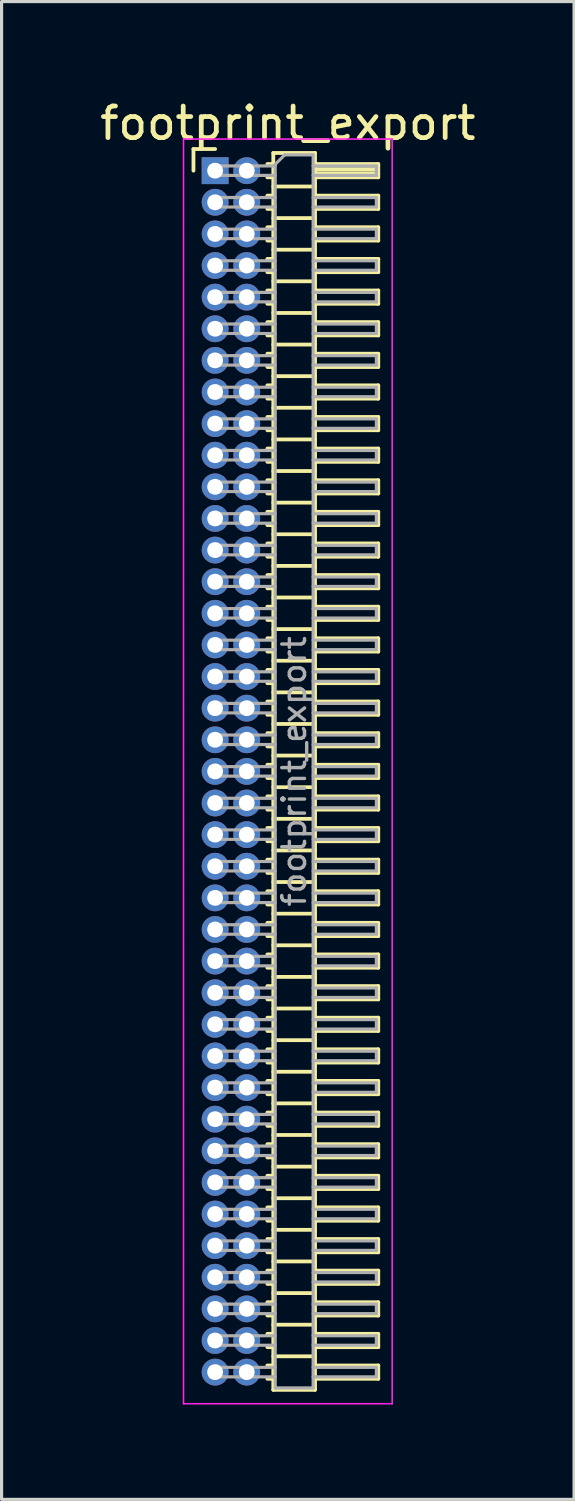
<source format=kicad_pcb>
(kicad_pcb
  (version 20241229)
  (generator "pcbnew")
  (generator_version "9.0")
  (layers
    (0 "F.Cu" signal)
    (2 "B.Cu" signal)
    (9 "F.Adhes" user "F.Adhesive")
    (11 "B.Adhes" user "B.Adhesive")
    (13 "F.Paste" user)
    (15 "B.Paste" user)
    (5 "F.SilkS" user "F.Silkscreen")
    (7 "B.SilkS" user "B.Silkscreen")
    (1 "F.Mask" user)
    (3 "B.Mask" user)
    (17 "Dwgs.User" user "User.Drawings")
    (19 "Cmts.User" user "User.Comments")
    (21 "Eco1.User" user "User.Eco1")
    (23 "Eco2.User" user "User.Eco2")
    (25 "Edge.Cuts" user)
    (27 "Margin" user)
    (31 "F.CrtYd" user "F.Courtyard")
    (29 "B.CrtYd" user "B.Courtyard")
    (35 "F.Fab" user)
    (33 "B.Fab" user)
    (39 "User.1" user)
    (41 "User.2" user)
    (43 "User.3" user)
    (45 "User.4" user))
  (footprint "footprint_export"
    (layer "F.Cu")
    (at 3.754 2.348)
    (property "Reference" "footprint_export" (at 2.3 -1.5 0) (layer "F.SilkS") (effects (font (size 1 1) (thickness 0.15))))
    (attr through_hole)
    (fp_line (start -0.685 -0.685) (end 0 -0.685) (stroke (width 0.12) (type solid)) (layer "F.SilkS"))
    (fp_line (start -0.685 0) (end -0.685 -0.685) (stroke (width 0.12) (type solid)) (layer "F.SilkS"))
    (fp_line (start 1.652 -0.21) (end 1.84 -0.21) (stroke (width 0.12) (type solid)) (layer "F.SilkS"))
    (fp_line (start 1.652 0.21) (end 1.84 0.21) (stroke (width 0.12) (type solid)) (layer "F.SilkS"))
    (fp_line (start 1.652 0.79) (end 1.84 0.79) (stroke (width 0.12) (type solid)) (layer "F.SilkS"))
    (fp_line (start 1.652 1.21) (end 1.84 1.21) (stroke (width 0.12) (type solid)) (layer "F.SilkS"))
    (fp_line (start 1.652 1.79) (end 1.84 1.79) (stroke (width 0.12) (type solid)) (layer "F.SilkS"))
    (fp_line (start 1.652 2.21) (end 1.84 2.21) (stroke (width 0.12) (type solid)) (layer "F.SilkS"))
    (fp_line (start 1.652 2.79) (end 1.84 2.79) (stroke (width 0.12) (type solid)) (layer "F.SilkS"))
    (fp_line (start 1.652 3.21) (end 1.84 3.21) (stroke (width 0.12) (type solid)) (layer "F.SilkS"))
    (fp_line (start 1.652 3.79) (end 1.84 3.79) (stroke (width 0.12) (type solid)) (layer "F.SilkS"))
    (fp_line (start 1.652 4.21) (end 1.84 4.21) (stroke (width 0.12) (type solid)) (layer "F.SilkS"))
    (fp_line (start 1.652 4.79) (end 1.84 4.79) (stroke (width 0.12) (type solid)) (layer "F.SilkS"))
    (fp_line (start 1.652 5.21) (end 1.84 5.21) (stroke (width 0.12) (type solid)) (layer "F.SilkS"))
    (fp_line (start 1.652 5.79) (end 1.84 5.79) (stroke (width 0.12) (type solid)) (layer "F.SilkS"))
    (fp_line (start 1.652 6.21) (end 1.84 6.21) (stroke (width 0.12) (type solid)) (layer "F.SilkS"))
    (fp_line (start 1.652 6.79) (end 1.84 6.79) (stroke (width 0.12) (type solid)) (layer "F.SilkS"))
    (fp_line (start 1.652 7.21) (end 1.84 7.21) (stroke (width 0.12) (type solid)) (layer "F.SilkS"))
    (fp_line (start 1.652 7.79) (end 1.84 7.79) (stroke (width 0.12) (type solid)) (layer "F.SilkS"))
    (fp_line (start 1.652 8.21) (end 1.84 8.21) (stroke (width 0.12) (type solid)) (layer "F.SilkS"))
    (fp_line (start 1.652 8.79) (end 1.84 8.79) (stroke (width 0.12) (type solid)) (layer "F.SilkS"))
    (fp_line (start 1.652 9.21) (end 1.84 9.21) (stroke (width 0.12) (type solid)) (layer "F.SilkS"))
    (fp_line (start 1.652 9.79) (end 1.84 9.79) (stroke (width 0.12) (type solid)) (layer "F.SilkS"))
    (fp_line (start 1.652 10.21) (end 1.84 10.21) (stroke (width 0.12) (type solid)) (layer "F.SilkS"))
    (fp_line (start 1.652 10.79) (end 1.84 10.79) (stroke (width 0.12) (type solid)) (layer "F.SilkS"))
    (fp_line (start 1.652 11.21) (end 1.84 11.21) (stroke (width 0.12) (type solid)) (layer "F.SilkS"))
    (fp_line (start 1.652 11.79) (end 1.84 11.79) (stroke (width 0.12) (type solid)) (layer "F.SilkS"))
    (fp_line (start 1.652 12.21) (end 1.84 12.21) (stroke (width 0.12) (type solid)) (layer "F.SilkS"))
    (fp_line (start 1.652 12.79) (end 1.84 12.79) (stroke (width 0.12) (type solid)) (layer "F.SilkS"))
    (fp_line (start 1.652 13.21) (end 1.84 13.21) (stroke (width 0.12) (type solid)) (layer "F.SilkS"))
    (fp_line (start 1.652 13.79) (end 1.84 13.79) (stroke (width 0.12) (type solid)) (layer "F.SilkS"))
    (fp_line (start 1.652 14.21) (end 1.84 14.21) (stroke (width 0.12) (type solid)) (layer "F.SilkS"))
    (fp_line (start 1.652 14.79) (end 1.84 14.79) (stroke (width 0.12) (type solid)) (layer "F.SilkS"))
    (fp_line (start 1.652 15.21) (end 1.84 15.21) (stroke (width 0.12) (type solid)) (layer "F.SilkS"))
    (fp_line (start 1.652 15.79) (end 1.84 15.79) (stroke (width 0.12) (type solid)) (layer "F.SilkS"))
    (fp_line (start 1.652 16.21) (end 1.84 16.21) (stroke (width 0.12) (type solid)) (layer "F.SilkS"))
    (fp_line (start 1.652 16.79) (end 1.84 16.79) (stroke (width 0.12) (type solid)) (layer "F.SilkS"))
    (fp_line (start 1.652 17.21) (end 1.84 17.21) (stroke (width 0.12) (type solid)) (layer "F.SilkS"))
    (fp_line (start 1.652 17.79) (end 1.84 17.79) (stroke (width 0.12) (type solid)) (layer "F.SilkS"))
    (fp_line (start 1.652 18.21) (end 1.84 18.21) (stroke (width 0.12) (type solid)) (layer "F.SilkS"))
    (fp_line (start 1.652 18.79) (end 1.84 18.79) (stroke (width 0.12) (type solid)) (layer "F.SilkS"))
    (fp_line (start 1.652 19.21) (end 1.84 19.21) (stroke (width 0.12) (type solid)) (layer "F.SilkS"))
    (fp_line (start 1.652 19.79) (end 1.84 19.79) (stroke (width 0.12) (type solid)) (layer "F.SilkS"))
    (fp_line (start 1.652 20.21) (end 1.84 20.21) (stroke (width 0.12) (type solid)) (layer "F.SilkS"))
    (fp_line (start 1.652 20.79) (end 1.84 20.79) (stroke (width 0.12) (type solid)) (layer "F.SilkS"))
    (fp_line (start 1.652 21.21) (end 1.84 21.21) (stroke (width 0.12) (type solid)) (layer "F.SilkS"))
    (fp_line (start 1.652 21.79) (end 1.84 21.79) (stroke (width 0.12) (type solid)) (layer "F.SilkS"))
    (fp_line (start 1.652 22.21) (end 1.84 22.21) (stroke (width 0.12) (type solid)) (layer "F.SilkS"))
    (fp_line (start 1.652 22.79) (end 1.84 22.79) (stroke (width 0.12) (type solid)) (layer "F.SilkS"))
    (fp_line (start 1.652 23.21) (end 1.84 23.21) (stroke (width 0.12) (type solid)) (layer "F.SilkS"))
    (fp_line (start 1.652 23.79) (end 1.84 23.79) (stroke (width 0.12) (type solid)) (layer "F.SilkS"))
    (fp_line (start 1.652 24.21) (end 1.84 24.21) (stroke (width 0.12) (type solid)) (layer "F.SilkS"))
    (fp_line (start 1.652 24.79) (end 1.84 24.79) (stroke (width 0.12) (type solid)) (layer "F.SilkS"))
    (fp_line (start 1.652 25.21) (end 1.84 25.21) (stroke (width 0.12) (type solid)) (layer "F.SilkS"))
    (fp_line (start 1.652 25.79) (end 1.84 25.79) (stroke (width 0.12) (type solid)) (layer "F.SilkS"))
    (fp_line (start 1.652 26.21) (end 1.84 26.21) (stroke (width 0.12) (type solid)) (layer "F.SilkS"))
    (fp_line (start 1.652 26.79) (end 1.84 26.79) (stroke (width 0.12) (type solid)) (layer "F.SilkS"))
    (fp_line (start 1.652 27.21) (end 1.84 27.21) (stroke (width 0.12) (type solid)) (layer "F.SilkS"))
    (fp_line (start 1.652 27.79) (end 1.84 27.79) (stroke (width 0.12) (type solid)) (layer "F.SilkS"))
    (fp_line (start 1.652 28.21) (end 1.84 28.21) (stroke (width 0.12) (type solid)) (layer "F.SilkS"))
    (fp_line (start 1.652 28.79) (end 1.84 28.79) (stroke (width 0.12) (type solid)) (layer "F.SilkS"))
    (fp_line (start 1.652 29.21) (end 1.84 29.21) (stroke (width 0.12) (type solid)) (layer "F.SilkS"))
    (fp_line (start 1.652 29.79) (end 1.84 29.79) (stroke (width 0.12) (type solid)) (layer "F.SilkS"))
    (fp_line (start 1.652 30.21) (end 1.84 30.21) (stroke (width 0.12) (type solid)) (layer "F.SilkS"))
    (fp_line (start 1.652 30.79) (end 1.84 30.79) (stroke (width 0.12) (type solid)) (layer "F.SilkS"))
    (fp_line (start 1.652 31.21) (end 1.84 31.21) (stroke (width 0.12) (type solid)) (layer "F.SilkS"))
    (fp_line (start 1.652 31.79) (end 1.84 31.79) (stroke (width 0.12) (type solid)) (layer "F.SilkS"))
    (fp_line (start 1.652 32.21) (end 1.84 32.21) (stroke (width 0.12) (type solid)) (layer "F.SilkS"))
    (fp_line (start 1.652 32.79) (end 1.84 32.79) (stroke (width 0.12) (type solid)) (layer "F.SilkS"))
    (fp_line (start 1.652 33.21) (end 1.84 33.21) (stroke (width 0.12) (type solid)) (layer "F.SilkS"))
    (fp_line (start 1.652 33.79) (end 1.84 33.79) (stroke (width 0.12) (type solid)) (layer "F.SilkS"))
    (fp_line (start 1.652 34.21) (end 1.84 34.21) (stroke (width 0.12) (type solid)) (layer "F.SilkS"))
    (fp_line (start 1.652 34.79) (end 1.84 34.79) (stroke (width 0.12) (type solid)) (layer "F.SilkS"))
    (fp_line (start 1.652 35.21) (end 1.84 35.21) (stroke (width 0.12) (type solid)) (layer "F.SilkS"))
    (fp_line (start 1.652 35.79) (end 1.84 35.79) (stroke (width 0.12) (type solid)) (layer "F.SilkS"))
    (fp_line (start 1.652 36.21) (end 1.84 36.21) (stroke (width 0.12) (type solid)) (layer "F.SilkS"))
    (fp_line (start 1.652 36.79) (end 1.84 36.79) (stroke (width 0.12) (type solid)) (layer "F.SilkS"))
    (fp_line (start 1.652 37.21) (end 1.84 37.21) (stroke (width 0.12) (type solid)) (layer "F.SilkS"))
    (fp_line (start 1.652 37.79) (end 1.84 37.79) (stroke (width 0.12) (type solid)) (layer "F.SilkS"))
    (fp_line (start 1.652 38.21) (end 1.84 38.21) (stroke (width 0.12) (type solid)) (layer "F.SilkS"))
    (fp_line (start 1.84 -0.56) (end 1.84 38.56) (stroke (width 0.12) (type solid)) (layer "F.SilkS"))
    (fp_line (start 1.84 0.5) (end 3.16 0.5) (stroke (width 0.12) (type solid)) (layer "F.SilkS"))
    (fp_line (start 1.84 1.5) (end 3.16 1.5) (stroke (width 0.12) (type solid)) (layer "F.SilkS"))
    (fp_line (start 1.84 2.5) (end 3.16 2.5) (stroke (width 0.12) (type solid)) (layer "F.SilkS"))
    (fp_line (start 1.84 3.5) (end 3.16 3.5) (stroke (width 0.12) (type solid)) (layer "F.SilkS"))
    (fp_line (start 1.84 4.5) (end 3.16 4.5) (stroke (width 0.12) (type solid)) (layer "F.SilkS"))
    (fp_line (start 1.84 5.5) (end 3.16 5.5) (stroke (width 0.12) (type solid)) (layer "F.SilkS"))
    (fp_line (start 1.84 6.5) (end 3.16 6.5) (stroke (width 0.12) (type solid)) (layer "F.SilkS"))
    (fp_line (start 1.84 7.5) (end 3.16 7.5) (stroke (width 0.12) (type solid)) (layer "F.SilkS"))
    (fp_line (start 1.84 8.5) (end 3.16 8.5) (stroke (width 0.12) (type solid)) (layer "F.SilkS"))
    (fp_line (start 1.84 9.5) (end 3.16 9.5) (stroke (width 0.12) (type solid)) (layer "F.SilkS"))
    (fp_line (start 1.84 10.5) (end 3.16 10.5) (stroke (width 0.12) (type solid)) (layer "F.SilkS"))
    (fp_line (start 1.84 11.5) (end 3.16 11.5) (stroke (width 0.12) (type solid)) (layer "F.SilkS"))
    (fp_line (start 1.84 12.5) (end 3.16 12.5) (stroke (width 0.12) (type solid)) (layer "F.SilkS"))
    (fp_line (start 1.84 13.5) (end 3.16 13.5) (stroke (width 0.12) (type solid)) (layer "F.SilkS"))
    (fp_line (start 1.84 14.5) (end 3.16 14.5) (stroke (width 0.12) (type solid)) (layer "F.SilkS"))
    (fp_line (start 1.84 15.5) (end 3.16 15.5) (stroke (width 0.12) (type solid)) (layer "F.SilkS"))
    (fp_line (start 1.84 16.5) (end 3.16 16.5) (stroke (width 0.12) (type solid)) (layer "F.SilkS"))
    (fp_line (start 1.84 17.5) (end 3.16 17.5) (stroke (width 0.12) (type solid)) (layer "F.SilkS"))
    (fp_line (start 1.84 18.5) (end 3.16 18.5) (stroke (width 0.12) (type solid)) (layer "F.SilkS"))
    (fp_line (start 1.84 19.5) (end 3.16 19.5) (stroke (width 0.12) (type solid)) (layer "F.SilkS"))
    (fp_line (start 1.84 20.5) (end 3.16 20.5) (stroke (width 0.12) (type solid)) (layer "F.SilkS"))
    (fp_line (start 1.84 21.5) (end 3.16 21.5) (stroke (width 0.12) (type solid)) (layer "F.SilkS"))
    (fp_line (start 1.84 22.5) (end 3.16 22.5) (stroke (width 0.12) (type solid)) (layer "F.SilkS"))
    (fp_line (start 1.84 23.5) (end 3.16 23.5) (stroke (width 0.12) (type solid)) (layer "F.SilkS"))
    (fp_line (start 1.84 24.5) (end 3.16 24.5) (stroke (width 0.12) (type solid)) (layer "F.SilkS"))
    (fp_line (start 1.84 25.5) (end 3.16 25.5) (stroke (width 0.12) (type solid)) (layer "F.SilkS"))
    (fp_line (start 1.84 26.5) (end 3.16 26.5) (stroke (width 0.12) (type solid)) (layer "F.SilkS"))
    (fp_line (start 1.84 27.5) (end 3.16 27.5) (stroke (width 0.12) (type solid)) (layer "F.SilkS"))
    (fp_line (start 1.84 28.5) (end 3.16 28.5) (stroke (width 0.12) (type solid)) (layer "F.SilkS"))
    (fp_line (start 1.84 29.5) (end 3.16 29.5) (stroke (width 0.12) (type solid)) (layer "F.SilkS"))
    (fp_line (start 1.84 30.5) (end 3.16 30.5) (stroke (width 0.12) (type solid)) (layer "F.SilkS"))
    (fp_line (start 1.84 31.5) (end 3.16 31.5) (stroke (width 0.12) (type solid)) (layer "F.SilkS"))
    (fp_line (start 1.84 32.5) (end 3.16 32.5) (stroke (width 0.12) (type solid)) (layer "F.SilkS"))
    (fp_line (start 1.84 33.5) (end 3.16 33.5) (stroke (width 0.12) (type solid)) (layer "F.SilkS"))
    (fp_line (start 1.84 34.5) (end 3.16 34.5) (stroke (width 0.12) (type solid)) (layer "F.SilkS"))
    (fp_line (start 1.84 35.5) (end 3.16 35.5) (stroke (width 0.12) (type solid)) (layer "F.SilkS"))
    (fp_line (start 1.84 36.5) (end 3.16 36.5) (stroke (width 0.12) (type solid)) (layer "F.SilkS"))
    (fp_line (start 1.84 37.5) (end 3.16 37.5) (stroke (width 0.12) (type solid)) (layer "F.SilkS"))
    (fp_line (start 1.84 38.56) (end 3.16 38.56) (stroke (width 0.12) (type solid)) (layer "F.SilkS"))
    (fp_line (start 3.16 -0.56) (end 1.84 -0.56) (stroke (width 0.12) (type solid)) (layer "F.SilkS"))
    (fp_line (start 3.16 -0.21) (end 5.16 -0.21) (stroke (width 0.12) (type solid)) (layer "F.SilkS"))
    (fp_line (start 3.16 -0.15) (end 5.16 -0.15) (stroke (width 0.12) (type solid)) (layer "F.SilkS"))
    (fp_line (start 3.16 -0.03) (end 5.16 -0.03) (stroke (width 0.12) (type solid)) (layer "F.SilkS"))
    (fp_line (start 3.16 0.09) (end 5.16 0.09) (stroke (width 0.12) (type solid)) (layer "F.SilkS"))
    (fp_line (start 3.16 0.79) (end 5.16 0.79) (stroke (width 0.12) (type solid)) (layer "F.SilkS"))
    (fp_line (start 3.16 1.79) (end 5.16 1.79) (stroke (width 0.12) (type solid)) (layer "F.SilkS"))
    (fp_line (start 3.16 2.79) (end 5.16 2.79) (stroke (width 0.12) (type solid)) (layer "F.SilkS"))
    (fp_line (start 3.16 3.79) (end 5.16 3.79) (stroke (width 0.12) (type solid)) (layer "F.SilkS"))
    (fp_line (start 3.16 4.79) (end 5.16 4.79) (stroke (width 0.12) (type solid)) (layer "F.SilkS"))
    (fp_line (start 3.16 5.79) (end 5.16 5.79) (stroke (width 0.12) (type solid)) (layer "F.SilkS"))
    (fp_line (start 3.16 6.79) (end 5.16 6.79) (stroke (width 0.12) (type solid)) (layer "F.SilkS"))
    (fp_line (start 3.16 7.79) (end 5.16 7.79) (stroke (width 0.12) (type solid)) (layer "F.SilkS"))
    (fp_line (start 3.16 8.79) (end 5.16 8.79) (stroke (width 0.12) (type solid)) (layer "F.SilkS"))
    (fp_line (start 3.16 9.79) (end 5.16 9.79) (stroke (width 0.12) (type solid)) (layer "F.SilkS"))
    (fp_line (start 3.16 10.79) (end 5.16 10.79) (stroke (width 0.12) (type solid)) (layer "F.SilkS"))
    (fp_line (start 3.16 11.79) (end 5.16 11.79) (stroke (width 0.12) (type solid)) (layer "F.SilkS"))
    (fp_line (start 3.16 12.79) (end 5.16 12.79) (stroke (width 0.12) (type solid)) (layer "F.SilkS"))
    (fp_line (start 3.16 13.79) (end 5.16 13.79) (stroke (width 0.12) (type solid)) (layer "F.SilkS"))
    (fp_line (start 3.16 14.79) (end 5.16 14.79) (stroke (width 0.12) (type solid)) (layer "F.SilkS"))
    (fp_line (start 3.16 15.79) (end 5.16 15.79) (stroke (width 0.12) (type solid)) (layer "F.SilkS"))
    (fp_line (start 3.16 16.79) (end 5.16 16.79) (stroke (width 0.12) (type solid)) (layer "F.SilkS"))
    (fp_line (start 3.16 17.79) (end 5.16 17.79) (stroke (width 0.12) (type solid)) (layer "F.SilkS"))
    (fp_line (start 3.16 18.79) (end 5.16 18.79) (stroke (width 0.12) (type solid)) (layer "F.SilkS"))
    (fp_line (start 3.16 19.79) (end 5.16 19.79) (stroke (width 0.12) (type solid)) (layer "F.SilkS"))
    (fp_line (start 3.16 20.79) (end 5.16 20.79) (stroke (width 0.12) (type solid)) (layer "F.SilkS"))
    (fp_line (start 3.16 21.79) (end 5.16 21.79) (stroke (width 0.12) (type solid)) (layer "F.SilkS"))
    (fp_line (start 3.16 22.79) (end 5.16 22.79) (stroke (width 0.12) (type solid)) (layer "F.SilkS"))
    (fp_line (start 3.16 23.79) (end 5.16 23.79) (stroke (width 0.12) (type solid)) (layer "F.SilkS"))
    (fp_line (start 3.16 24.79) (end 5.16 24.79) (stroke (width 0.12) (type solid)) (layer "F.SilkS"))
    (fp_line (start 3.16 25.79) (end 5.16 25.79) (stroke (width 0.12) (type solid)) (layer "F.SilkS"))
    (fp_line (start 3.16 26.79) (end 5.16 26.79) (stroke (width 0.12) (type solid)) (layer "F.SilkS"))
    (fp_line (start 3.16 27.79) (end 5.16 27.79) (stroke (width 0.12) (type solid)) (layer "F.SilkS"))
    (fp_line (start 3.16 28.79) (end 5.16 28.79) (stroke (width 0.12) (type solid)) (layer "F.SilkS"))
    (fp_line (start 3.16 29.79) (end 5.16 29.79) (stroke (width 0.12) (type solid)) (layer "F.SilkS"))
    (fp_line (start 3.16 30.79) (end 5.16 30.79) (stroke (width 0.12) (type solid)) (layer "F.SilkS"))
    (fp_line (start 3.16 31.79) (end 5.16 31.79) (stroke (width 0.12) (type solid)) (layer "F.SilkS"))
    (fp_line (start 3.16 32.79) (end 5.16 32.79) (stroke (width 0.12) (type solid)) (layer "F.SilkS"))
    (fp_line (start 3.16 33.79) (end 5.16 33.79) (stroke (width 0.12) (type solid)) (layer "F.SilkS"))
    (fp_line (start 3.16 34.79) (end 5.16 34.79) (stroke (width 0.12) (type solid)) (layer "F.SilkS"))
    (fp_line (start 3.16 35.79) (end 5.16 35.79) (stroke (width 0.12) (type solid)) (layer "F.SilkS"))
    (fp_line (start 3.16 36.79) (end 5.16 36.79) (stroke (width 0.12) (type solid)) (layer "F.SilkS"))
    (fp_line (start 3.16 37.79) (end 5.16 37.79) (stroke (width 0.12) (type solid)) (layer "F.SilkS"))
    (fp_line (start 3.16 38.56) (end 3.16 -0.56) (stroke (width 0.12) (type solid)) (layer "F.SilkS"))
    (fp_line (start 5.16 -0.21) (end 5.16 0.21) (stroke (width 0.12) (type solid)) (layer "F.SilkS"))
    (fp_line (start 5.16 0.21) (end 3.16 0.21) (stroke (width 0.12) (type solid)) (layer "F.SilkS"))
    (fp_line (start 5.16 0.79) (end 5.16 1.21) (stroke (width 0.12) (type solid)) (layer "F.SilkS"))
    (fp_line (start 5.16 1.21) (end 3.16 1.21) (stroke (width 0.12) (type solid)) (layer "F.SilkS"))
    (fp_line (start 5.16 1.79) (end 5.16 2.21) (stroke (width 0.12) (type solid)) (layer "F.SilkS"))
    (fp_line (start 5.16 2.21) (end 3.16 2.21) (stroke (width 0.12) (type solid)) (layer "F.SilkS"))
    (fp_line (start 5.16 2.79) (end 5.16 3.21) (stroke (width 0.12) (type solid)) (layer "F.SilkS"))
    (fp_line (start 5.16 3.21) (end 3.16 3.21) (stroke (width 0.12) (type solid)) (layer "F.SilkS"))
    (fp_line (start 5.16 3.79) (end 5.16 4.21) (stroke (width 0.12) (type solid)) (layer "F.SilkS"))
    (fp_line (start 5.16 4.21) (end 3.16 4.21) (stroke (width 0.12) (type solid)) (layer "F.SilkS"))
    (fp_line (start 5.16 4.79) (end 5.16 5.21) (stroke (width 0.12) (type solid)) (layer "F.SilkS"))
    (fp_line (start 5.16 5.21) (end 3.16 5.21) (stroke (width 0.12) (type solid)) (layer "F.SilkS"))
    (fp_line (start 5.16 5.79) (end 5.16 6.21) (stroke (width 0.12) (type solid)) (layer "F.SilkS"))
    (fp_line (start 5.16 6.21) (end 3.16 6.21) (stroke (width 0.12) (type solid)) (layer "F.SilkS"))
    (fp_line (start 5.16 6.79) (end 5.16 7.21) (stroke (width 0.12) (type solid)) (layer "F.SilkS"))
    (fp_line (start 5.16 7.21) (end 3.16 7.21) (stroke (width 0.12) (type solid)) (layer "F.SilkS"))
    (fp_line (start 5.16 7.79) (end 5.16 8.21) (stroke (width 0.12) (type solid)) (layer "F.SilkS"))
    (fp_line (start 5.16 8.21) (end 3.16 8.21) (stroke (width 0.12) (type solid)) (layer "F.SilkS"))
    (fp_line (start 5.16 8.79) (end 5.16 9.21) (stroke (width 0.12) (type solid)) (layer "F.SilkS"))
    (fp_line (start 5.16 9.21) (end 3.16 9.21) (stroke (width 0.12) (type solid)) (layer "F.SilkS"))
    (fp_line (start 5.16 9.79) (end 5.16 10.21) (stroke (width 0.12) (type solid)) (layer "F.SilkS"))
    (fp_line (start 5.16 10.21) (end 3.16 10.21) (stroke (width 0.12) (type solid)) (layer "F.SilkS"))
    (fp_line (start 5.16 10.79) (end 5.16 11.21) (stroke (width 0.12) (type solid)) (layer "F.SilkS"))
    (fp_line (start 5.16 11.21) (end 3.16 11.21) (stroke (width 0.12) (type solid)) (layer "F.SilkS"))
    (fp_line (start 5.16 11.79) (end 5.16 12.21) (stroke (width 0.12) (type solid)) (layer "F.SilkS"))
    (fp_line (start 5.16 12.21) (end 3.16 12.21) (stroke (width 0.12) (type solid)) (layer "F.SilkS"))
    (fp_line (start 5.16 12.79) (end 5.16 13.21) (stroke (width 0.12) (type solid)) (layer "F.SilkS"))
    (fp_line (start 5.16 13.21) (end 3.16 13.21) (stroke (width 0.12) (type solid)) (layer "F.SilkS"))
    (fp_line (start 5.16 13.79) (end 5.16 14.21) (stroke (width 0.12) (type solid)) (layer "F.SilkS"))
    (fp_line (start 5.16 14.21) (end 3.16 14.21) (stroke (width 0.12) (type solid)) (layer "F.SilkS"))
    (fp_line (start 5.16 14.79) (end 5.16 15.21) (stroke (width 0.12) (type solid)) (layer "F.SilkS"))
    (fp_line (start 5.16 15.21) (end 3.16 15.21) (stroke (width 0.12) (type solid)) (layer "F.SilkS"))
    (fp_line (start 5.16 15.79) (end 5.16 16.21) (stroke (width 0.12) (type solid)) (layer "F.SilkS"))
    (fp_line (start 5.16 16.21) (end 3.16 16.21) (stroke (width 0.12) (type solid)) (layer "F.SilkS"))
    (fp_line (start 5.16 16.79) (end 5.16 17.21) (stroke (width 0.12) (type solid)) (layer "F.SilkS"))
    (fp_line (start 5.16 17.21) (end 3.16 17.21) (stroke (width 0.12) (type solid)) (layer "F.SilkS"))
    (fp_line (start 5.16 17.79) (end 5.16 18.21) (stroke (width 0.12) (type solid)) (layer "F.SilkS"))
    (fp_line (start 5.16 18.21) (end 3.16 18.21) (stroke (width 0.12) (type solid)) (layer "F.SilkS"))
    (fp_line (start 5.16 18.79) (end 5.16 19.21) (stroke (width 0.12) (type solid)) (layer "F.SilkS"))
    (fp_line (start 5.16 19.21) (end 3.16 19.21) (stroke (width 0.12) (type solid)) (layer "F.SilkS"))
    (fp_line (start 5.16 19.79) (end 5.16 20.21) (stroke (width 0.12) (type solid)) (layer "F.SilkS"))
    (fp_line (start 5.16 20.21) (end 3.16 20.21) (stroke (width 0.12) (type solid)) (layer "F.SilkS"))
    (fp_line (start 5.16 20.79) (end 5.16 21.21) (stroke (width 0.12) (type solid)) (layer "F.SilkS"))
    (fp_line (start 5.16 21.21) (end 3.16 21.21) (stroke (width 0.12) (type solid)) (layer "F.SilkS"))
    (fp_line (start 5.16 21.79) (end 5.16 22.21) (stroke (width 0.12) (type solid)) (layer "F.SilkS"))
    (fp_line (start 5.16 22.21) (end 3.16 22.21) (stroke (width 0.12) (type solid)) (layer "F.SilkS"))
    (fp_line (start 5.16 22.79) (end 5.16 23.21) (stroke (width 0.12) (type solid)) (layer "F.SilkS"))
    (fp_line (start 5.16 23.21) (end 3.16 23.21) (stroke (width 0.12) (type solid)) (layer "F.SilkS"))
    (fp_line (start 5.16 23.79) (end 5.16 24.21) (stroke (width 0.12) (type solid)) (layer "F.SilkS"))
    (fp_line (start 5.16 24.21) (end 3.16 24.21) (stroke (width 0.12) (type solid)) (layer "F.SilkS"))
    (fp_line (start 5.16 24.79) (end 5.16 25.21) (stroke (width 0.12) (type solid)) (layer "F.SilkS"))
    (fp_line (start 5.16 25.21) (end 3.16 25.21) (stroke (width 0.12) (type solid)) (layer "F.SilkS"))
    (fp_line (start 5.16 25.79) (end 5.16 26.21) (stroke (width 0.12) (type solid)) (layer "F.SilkS"))
    (fp_line (start 5.16 26.21) (end 3.16 26.21) (stroke (width 0.12) (type solid)) (layer "F.SilkS"))
    (fp_line (start 5.16 26.79) (end 5.16 27.21) (stroke (width 0.12) (type solid)) (layer "F.SilkS"))
    (fp_line (start 5.16 27.21) (end 3.16 27.21) (stroke (width 0.12) (type solid)) (layer "F.SilkS"))
    (fp_line (start 5.16 27.79) (end 5.16 28.21) (stroke (width 0.12) (type solid)) (layer "F.SilkS"))
    (fp_line (start 5.16 28.21) (end 3.16 28.21) (stroke (width 0.12) (type solid)) (layer "F.SilkS"))
    (fp_line (start 5.16 28.79) (end 5.16 29.21) (stroke (width 0.12) (type solid)) (layer "F.SilkS"))
    (fp_line (start 5.16 29.21) (end 3.16 29.21) (stroke (width 0.12) (type solid)) (layer "F.SilkS"))
    (fp_line (start 5.16 29.79) (end 5.16 30.21) (stroke (width 0.12) (type solid)) (layer "F.SilkS"))
    (fp_line (start 5.16 30.21) (end 3.16 30.21) (stroke (width 0.12) (type solid)) (layer "F.SilkS"))
    (fp_line (start 5.16 30.79) (end 5.16 31.21) (stroke (width 0.12) (type solid)) (layer "F.SilkS"))
    (fp_line (start 5.16 31.21) (end 3.16 31.21) (stroke (width 0.12) (type solid)) (layer "F.SilkS"))
    (fp_line (start 5.16 31.79) (end 5.16 32.21) (stroke (width 0.12) (type solid)) (layer "F.SilkS"))
    (fp_line (start 5.16 32.21) (end 3.16 32.21) (stroke (width 0.12) (type solid)) (layer "F.SilkS"))
    (fp_line (start 5.16 32.79) (end 5.16 33.21) (stroke (width 0.12) (type solid)) (layer "F.SilkS"))
    (fp_line (start 5.16 33.21) (end 3.16 33.21) (stroke (width 0.12) (type solid)) (layer "F.SilkS"))
    (fp_line (start 5.16 33.79) (end 5.16 34.21) (stroke (width 0.12) (type solid)) (layer "F.SilkS"))
    (fp_line (start 5.16 34.21) (end 3.16 34.21) (stroke (width 0.12) (type solid)) (layer "F.SilkS"))
    (fp_line (start 5.16 34.79) (end 5.16 35.21) (stroke (width 0.12) (type solid)) (layer "F.SilkS"))
    (fp_line (start 5.16 35.21) (end 3.16 35.21) (stroke (width 0.12) (type solid)) (layer "F.SilkS"))
    (fp_line (start 5.16 35.79) (end 5.16 36.21) (stroke (width 0.12) (type solid)) (layer "F.SilkS"))
    (fp_line (start 5.16 36.21) (end 3.16 36.21) (stroke (width 0.12) (type solid)) (layer "F.SilkS"))
    (fp_line (start 5.16 36.79) (end 5.16 37.21) (stroke (width 0.12) (type solid)) (layer "F.SilkS"))
    (fp_line (start 5.16 37.21) (end 3.16 37.21) (stroke (width 0.12) (type solid)) (layer "F.SilkS"))
    (fp_line (start 5.16 37.79) (end 5.16 38.21) (stroke (width 0.12) (type solid)) (layer "F.SilkS"))
    (fp_line (start 5.16 38.21) (end 3.16 38.21) (stroke (width 0.12) (type solid)) (layer "F.SilkS"))
    (fp_line (start -1 -1) (end -1 39) (stroke (width 0.05) (type solid)) (layer "F.CrtYd"))
    (fp_line (start -1 39) (end 5.6 39) (stroke (width 0.05) (type solid)) (layer "F.CrtYd"))
    (fp_line (start 5.6 -1) (end -1 -1) (stroke (width 0.05) (type solid)) (layer "F.CrtYd"))
    (fp_line (start 5.6 39) (end 5.6 -1) (stroke (width 0.05) (type solid)) (layer "F.CrtYd"))
    (fp_line (start -0.15 -0.15) (end -0.15 0.15) (stroke (width 0.1) (type solid)) (layer "F.Fab"))
    (fp_line (start -0.15 -0.15) (end 1.9 -0.15) (stroke (width 0.1) (type solid)) (layer "F.Fab"))
    (fp_line (start -0.15 0.15) (end 1.9 0.15) (stroke (width 0.1) (type solid)) (layer "F.Fab"))
    (fp_line (start -0.15 0.85) (end -0.15 1.15) (stroke (width 0.1) (type solid)) (layer "F.Fab"))
    (fp_line (start -0.15 0.85) (end 1.9 0.85) (stroke (width 0.1) (type solid)) (layer "F.Fab"))
    (fp_line (start -0.15 1.15) (end 1.9 1.15) (stroke (width 0.1) (type solid)) (layer "F.Fab"))
    (fp_line (start -0.15 1.85) (end -0.15 2.15) (stroke (width 0.1) (type solid)) (layer "F.Fab"))
    (fp_line (start -0.15 1.85) (end 1.9 1.85) (stroke (width 0.1) (type solid)) (layer "F.Fab"))
    (fp_line (start -0.15 2.15) (end 1.9 2.15) (stroke (width 0.1) (type solid)) (layer "F.Fab"))
    (fp_line (start -0.15 2.85) (end -0.15 3.15) (stroke (width 0.1) (type solid)) (layer "F.Fab"))
    (fp_line (start -0.15 2.85) (end 1.9 2.85) (stroke (width 0.1) (type solid)) (layer "F.Fab"))
    (fp_line (start -0.15 3.15) (end 1.9 3.15) (stroke (width 0.1) (type solid)) (layer "F.Fab"))
    (fp_line (start -0.15 3.85) (end -0.15 4.15) (stroke (width 0.1) (type solid)) (layer "F.Fab"))
    (fp_line (start -0.15 3.85) (end 1.9 3.85) (stroke (width 0.1) (type solid)) (layer "F.Fab"))
    (fp_line (start -0.15 4.15) (end 1.9 4.15) (stroke (width 0.1) (type solid)) (layer "F.Fab"))
    (fp_line (start -0.15 4.85) (end -0.15 5.15) (stroke (width 0.1) (type solid)) (layer "F.Fab"))
    (fp_line (start -0.15 4.85) (end 1.9 4.85) (stroke (width 0.1) (type solid)) (layer "F.Fab"))
    (fp_line (start -0.15 5.15) (end 1.9 5.15) (stroke (width 0.1) (type solid)) (layer "F.Fab"))
    (fp_line (start -0.15 5.85) (end -0.15 6.15) (stroke (width 0.1) (type solid)) (layer "F.Fab"))
    (fp_line (start -0.15 5.85) (end 1.9 5.85) (stroke (width 0.1) (type solid)) (layer "F.Fab"))
    (fp_line (start -0.15 6.15) (end 1.9 6.15) (stroke (width 0.1) (type solid)) (layer "F.Fab"))
    (fp_line (start -0.15 6.85) (end -0.15 7.15) (stroke (width 0.1) (type solid)) (layer "F.Fab"))
    (fp_line (start -0.15 6.85) (end 1.9 6.85) (stroke (width 0.1) (type solid)) (layer "F.Fab"))
    (fp_line (start -0.15 7.15) (end 1.9 7.15) (stroke (width 0.1) (type solid)) (layer "F.Fab"))
    (fp_line (start -0.15 7.85) (end -0.15 8.15) (stroke (width 0.1) (type solid)) (layer "F.Fab"))
    (fp_line (start -0.15 7.85) (end 1.9 7.85) (stroke (width 0.1) (type solid)) (layer "F.Fab"))
    (fp_line (start -0.15 8.15) (end 1.9 8.15) (stroke (width 0.1) (type solid)) (layer "F.Fab"))
    (fp_line (start -0.15 8.85) (end -0.15 9.15) (stroke (width 0.1) (type solid)) (layer "F.Fab"))
    (fp_line (start -0.15 8.85) (end 1.9 8.85) (stroke (width 0.1) (type solid)) (layer "F.Fab"))
    (fp_line (start -0.15 9.15) (end 1.9 9.15) (stroke (width 0.1) (type solid)) (layer "F.Fab"))
    (fp_line (start -0.15 9.85) (end -0.15 10.15) (stroke (width 0.1) (type solid)) (layer "F.Fab"))
    (fp_line (start -0.15 9.85) (end 1.9 9.85) (stroke (width 0.1) (type solid)) (layer "F.Fab"))
    (fp_line (start -0.15 10.15) (end 1.9 10.15) (stroke (width 0.1) (type solid)) (layer "F.Fab"))
    (fp_line (start -0.15 10.85) (end -0.15 11.15) (stroke (width 0.1) (type solid)) (layer "F.Fab"))
    (fp_line (start -0.15 10.85) (end 1.9 10.85) (stroke (width 0.1) (type solid)) (layer "F.Fab"))
    (fp_line (start -0.15 11.15) (end 1.9 11.15) (stroke (width 0.1) (type solid)) (layer "F.Fab"))
    (fp_line (start -0.15 11.85) (end -0.15 12.15) (stroke (width 0.1) (type solid)) (layer "F.Fab"))
    (fp_line (start -0.15 11.85) (end 1.9 11.85) (stroke (width 0.1) (type solid)) (layer "F.Fab"))
    (fp_line (start -0.15 12.15) (end 1.9 12.15) (stroke (width 0.1) (type solid)) (layer "F.Fab"))
    (fp_line (start -0.15 12.85) (end -0.15 13.15) (stroke (width 0.1) (type solid)) (layer "F.Fab"))
    (fp_line (start -0.15 12.85) (end 1.9 12.85) (stroke (width 0.1) (type solid)) (layer "F.Fab"))
    (fp_line (start -0.15 13.15) (end 1.9 13.15) (stroke (width 0.1) (type solid)) (layer "F.Fab"))
    (fp_line (start -0.15 13.85) (end -0.15 14.15) (stroke (width 0.1) (type solid)) (layer "F.Fab"))
    (fp_line (start -0.15 13.85) (end 1.9 13.85) (stroke (width 0.1) (type solid)) (layer "F.Fab"))
    (fp_line (start -0.15 14.15) (end 1.9 14.15) (stroke (width 0.1) (type solid)) (layer "F.Fab"))
    (fp_line (start -0.15 14.85) (end -0.15 15.15) (stroke (width 0.1) (type solid)) (layer "F.Fab"))
    (fp_line (start -0.15 14.85) (end 1.9 14.85) (stroke (width 0.1) (type solid)) (layer "F.Fab"))
    (fp_line (start -0.15 15.15) (end 1.9 15.15) (stroke (width 0.1) (type solid)) (layer "F.Fab"))
    (fp_line (start -0.15 15.85) (end -0.15 16.15) (stroke (width 0.1) (type solid)) (layer "F.Fab"))
    (fp_line (start -0.15 15.85) (end 1.9 15.85) (stroke (width 0.1) (type solid)) (layer "F.Fab"))
    (fp_line (start -0.15 16.15) (end 1.9 16.15) (stroke (width 0.1) (type solid)) (layer "F.Fab"))
    (fp_line (start -0.15 16.85) (end -0.15 17.15) (stroke (width 0.1) (type solid)) (layer "F.Fab"))
    (fp_line (start -0.15 16.85) (end 1.9 16.85) (stroke (width 0.1) (type solid)) (layer "F.Fab"))
    (fp_line (start -0.15 17.15) (end 1.9 17.15) (stroke (width 0.1) (type solid)) (layer "F.Fab"))
    (fp_line (start -0.15 17.85) (end -0.15 18.15) (stroke (width 0.1) (type solid)) (layer "F.Fab"))
    (fp_line (start -0.15 17.85) (end 1.9 17.85) (stroke (width 0.1) (type solid)) (layer "F.Fab"))
    (fp_line (start -0.15 18.15) (end 1.9 18.15) (stroke (width 0.1) (type solid)) (layer "F.Fab"))
    (fp_line (start -0.15 18.85) (end -0.15 19.15) (stroke (width 0.1) (type solid)) (layer "F.Fab"))
    (fp_line (start -0.15 18.85) (end 1.9 18.85) (stroke (width 0.1) (type solid)) (layer "F.Fab"))
    (fp_line (start -0.15 19.15) (end 1.9 19.15) (stroke (width 0.1) (type solid)) (layer "F.Fab"))
    (fp_line (start -0.15 19.85) (end -0.15 20.15) (stroke (width 0.1) (type solid)) (layer "F.Fab"))
    (fp_line (start -0.15 19.85) (end 1.9 19.85) (stroke (width 0.1) (type solid)) (layer "F.Fab"))
    (fp_line (start -0.15 20.15) (end 1.9 20.15) (stroke (width 0.1) (type solid)) (layer "F.Fab"))
    (fp_line (start -0.15 20.85) (end -0.15 21.15) (stroke (width 0.1) (type solid)) (layer "F.Fab"))
    (fp_line (start -0.15 20.85) (end 1.9 20.85) (stroke (width 0.1) (type solid)) (layer "F.Fab"))
    (fp_line (start -0.15 21.15) (end 1.9 21.15) (stroke (width 0.1) (type solid)) (layer "F.Fab"))
    (fp_line (start -0.15 21.85) (end -0.15 22.15) (stroke (width 0.1) (type solid)) (layer "F.Fab"))
    (fp_line (start -0.15 21.85) (end 1.9 21.85) (stroke (width 0.1) (type solid)) (layer "F.Fab"))
    (fp_line (start -0.15 22.15) (end 1.9 22.15) (stroke (width 0.1) (type solid)) (layer "F.Fab"))
    (fp_line (start -0.15 22.85) (end -0.15 23.15) (stroke (width 0.1) (type solid)) (layer "F.Fab"))
    (fp_line (start -0.15 22.85) (end 1.9 22.85) (stroke (width 0.1) (type solid)) (layer "F.Fab"))
    (fp_line (start -0.15 23.15) (end 1.9 23.15) (stroke (width 0.1) (type solid)) (layer "F.Fab"))
    (fp_line (start -0.15 23.85) (end -0.15 24.15) (stroke (width 0.1) (type solid)) (layer "F.Fab"))
    (fp_line (start -0.15 23.85) (end 1.9 23.85) (stroke (width 0.1) (type solid)) (layer "F.Fab"))
    (fp_line (start -0.15 24.15) (end 1.9 24.15) (stroke (width 0.1) (type solid)) (layer "F.Fab"))
    (fp_line (start -0.15 24.85) (end -0.15 25.15) (stroke (width 0.1) (type solid)) (layer "F.Fab"))
    (fp_line (start -0.15 24.85) (end 1.9 24.85) (stroke (width 0.1) (type solid)) (layer "F.Fab"))
    (fp_line (start -0.15 25.15) (end 1.9 25.15) (stroke (width 0.1) (type solid)) (layer "F.Fab"))
    (fp_line (start -0.15 25.85) (end -0.15 26.15) (stroke (width 0.1) (type solid)) (layer "F.Fab"))
    (fp_line (start -0.15 25.85) (end 1.9 25.85) (stroke (width 0.1) (type solid)) (layer "F.Fab"))
    (fp_line (start -0.15 26.15) (end 1.9 26.15) (stroke (width 0.1) (type solid)) (layer "F.Fab"))
    (fp_line (start -0.15 26.85) (end -0.15 27.15) (stroke (width 0.1) (type solid)) (layer "F.Fab"))
    (fp_line (start -0.15 26.85) (end 1.9 26.85) (stroke (width 0.1) (type solid)) (layer "F.Fab"))
    (fp_line (start -0.15 27.15) (end 1.9 27.15) (stroke (width 0.1) (type solid)) (layer "F.Fab"))
    (fp_line (start -0.15 27.85) (end -0.15 28.15) (stroke (width 0.1) (type solid)) (layer "F.Fab"))
    (fp_line (start -0.15 27.85) (end 1.9 27.85) (stroke (width 0.1) (type solid)) (layer "F.Fab"))
    (fp_line (start -0.15 28.15) (end 1.9 28.15) (stroke (width 0.1) (type solid)) (layer "F.Fab"))
    (fp_line (start -0.15 28.85) (end -0.15 29.15) (stroke (width 0.1) (type solid)) (layer "F.Fab"))
    (fp_line (start -0.15 28.85) (end 1.9 28.85) (stroke (width 0.1) (type solid)) (layer "F.Fab"))
    (fp_line (start -0.15 29.15) (end 1.9 29.15) (stroke (width 0.1) (type solid)) (layer "F.Fab"))
    (fp_line (start -0.15 29.85) (end -0.15 30.15) (stroke (width 0.1) (type solid)) (layer "F.Fab"))
    (fp_line (start -0.15 29.85) (end 1.9 29.85) (stroke (width 0.1) (type solid)) (layer "F.Fab"))
    (fp_line (start -0.15 30.15) (end 1.9 30.15) (stroke (width 0.1) (type solid)) (layer "F.Fab"))
    (fp_line (start -0.15 30.85) (end -0.15 31.15) (stroke (width 0.1) (type solid)) (layer "F.Fab"))
    (fp_line (start -0.15 30.85) (end 1.9 30.85) (stroke (width 0.1) (type solid)) (layer "F.Fab"))
    (fp_line (start -0.15 31.15) (end 1.9 31.15) (stroke (width 0.1) (type solid)) (layer "F.Fab"))
    (fp_line (start -0.15 31.85) (end -0.15 32.15) (stroke (width 0.1) (type solid)) (layer "F.Fab"))
    (fp_line (start -0.15 31.85) (end 1.9 31.85) (stroke (width 0.1) (type solid)) (layer "F.Fab"))
    (fp_line (start -0.15 32.15) (end 1.9 32.15) (stroke (width 0.1) (type solid)) (layer "F.Fab"))
    (fp_line (start -0.15 32.85) (end -0.15 33.15) (stroke (width 0.1) (type solid)) (layer "F.Fab"))
    (fp_line (start -0.15 32.85) (end 1.9 32.85) (stroke (width 0.1) (type solid)) (layer "F.Fab"))
    (fp_line (start -0.15 33.15) (end 1.9 33.15) (stroke (width 0.1) (type solid)) (layer "F.Fab"))
    (fp_line (start -0.15 33.85) (end -0.15 34.15) (stroke (width 0.1) (type solid)) (layer "F.Fab"))
    (fp_line (start -0.15 33.85) (end 1.9 33.85) (stroke (width 0.1) (type solid)) (layer "F.Fab"))
    (fp_line (start -0.15 34.15) (end 1.9 34.15) (stroke (width 0.1) (type solid)) (layer "F.Fab"))
    (fp_line (start -0.15 34.85) (end -0.15 35.15) (stroke (width 0.1) (type solid)) (layer "F.Fab"))
    (fp_line (start -0.15 34.85) (end 1.9 34.85) (stroke (width 0.1) (type solid)) (layer "F.Fab"))
    (fp_line (start -0.15 35.15) (end 1.9 35.15) (stroke (width 0.1) (type solid)) (layer "F.Fab"))
    (fp_line (start -0.15 35.85) (end -0.15 36.15) (stroke (width 0.1) (type solid)) (layer "F.Fab"))
    (fp_line (start -0.15 35.85) (end 1.9 35.85) (stroke (width 0.1) (type solid)) (layer "F.Fab"))
    (fp_line (start -0.15 36.15) (end 1.9 36.15) (stroke (width 0.1) (type solid)) (layer "F.Fab"))
    (fp_line (start -0.15 36.85) (end -0.15 37.15) (stroke (width 0.1) (type solid)) (layer "F.Fab"))
    (fp_line (start -0.15 36.85) (end 1.9 36.85) (stroke (width 0.1) (type solid)) (layer "F.Fab"))
    (fp_line (start -0.15 37.15) (end 1.9 37.15) (stroke (width 0.1) (type solid)) (layer "F.Fab"))
    (fp_line (start -0.15 37.85) (end -0.15 38.15) (stroke (width 0.1) (type solid)) (layer "F.Fab"))
    (fp_line (start -0.15 37.85) (end 1.9 37.85) (stroke (width 0.1) (type solid)) (layer "F.Fab"))
    (fp_line (start -0.15 38.15) (end 1.9 38.15) (stroke (width 0.1) (type solid)) (layer "F.Fab"))
    (fp_line (start 1.9 -0.2) (end 2.2 -0.5) (stroke (width 0.1) (type solid)) (layer "F.Fab"))
    (fp_line (start 1.9 38.5) (end 1.9 -0.2) (stroke (width 0.1) (type solid)) (layer "F.Fab"))
    (fp_line (start 2.2 -0.5) (end 3.1 -0.5) (stroke (width 0.1) (type solid)) (layer "F.Fab"))
    (fp_line (start 3.1 -0.5) (end 3.1 38.5) (stroke (width 0.1) (type solid)) (layer "F.Fab"))
    (fp_line (start 3.1 -0.15) (end 5.1 -0.15) (stroke (width 0.1) (type solid)) (layer "F.Fab"))
    (fp_line (start 3.1 0.15) (end 5.1 0.15) (stroke (width 0.1) (type solid)) (layer "F.Fab"))
    (fp_line (start 3.1 0.85) (end 5.1 0.85) (stroke (width 0.1) (type solid)) (layer "F.Fab"))
    (fp_line (start 3.1 1.15) (end 5.1 1.15) (stroke (width 0.1) (type solid)) (layer "F.Fab"))
    (fp_line (start 3.1 1.85) (end 5.1 1.85) (stroke (width 0.1) (type solid)) (layer "F.Fab"))
    (fp_line (start 3.1 2.15) (end 5.1 2.15) (stroke (width 0.1) (type solid)) (layer "F.Fab"))
    (fp_line (start 3.1 2.85) (end 5.1 2.85) (stroke (width 0.1) (type solid)) (layer "F.Fab"))
    (fp_line (start 3.1 3.15) (end 5.1 3.15) (stroke (width 0.1) (type solid)) (layer "F.Fab"))
    (fp_line (start 3.1 3.85) (end 5.1 3.85) (stroke (width 0.1) (type solid)) (layer "F.Fab"))
    (fp_line (start 3.1 4.15) (end 5.1 4.15) (stroke (width 0.1) (type solid)) (layer "F.Fab"))
    (fp_line (start 3.1 4.85) (end 5.1 4.85) (stroke (width 0.1) (type solid)) (layer "F.Fab"))
    (fp_line (start 3.1 5.15) (end 5.1 5.15) (stroke (width 0.1) (type solid)) (layer "F.Fab"))
    (fp_line (start 3.1 5.85) (end 5.1 5.85) (stroke (width 0.1) (type solid)) (layer "F.Fab"))
    (fp_line (start 3.1 6.15) (end 5.1 6.15) (stroke (width 0.1) (type solid)) (layer "F.Fab"))
    (fp_line (start 3.1 6.85) (end 5.1 6.85) (stroke (width 0.1) (type solid)) (layer "F.Fab"))
    (fp_line (start 3.1 7.15) (end 5.1 7.15) (stroke (width 0.1) (type solid)) (layer "F.Fab"))
    (fp_line (start 3.1 7.85) (end 5.1 7.85) (stroke (width 0.1) (type solid)) (layer "F.Fab"))
    (fp_line (start 3.1 8.15) (end 5.1 8.15) (stroke (width 0.1) (type solid)) (layer "F.Fab"))
    (fp_line (start 3.1 8.85) (end 5.1 8.85) (stroke (width 0.1) (type solid)) (layer "F.Fab"))
    (fp_line (start 3.1 9.15) (end 5.1 9.15) (stroke (width 0.1) (type solid)) (layer "F.Fab"))
    (fp_line (start 3.1 9.85) (end 5.1 9.85) (stroke (width 0.1) (type solid)) (layer "F.Fab"))
    (fp_line (start 3.1 10.15) (end 5.1 10.15) (stroke (width 0.1) (type solid)) (layer "F.Fab"))
    (fp_line (start 3.1 10.85) (end 5.1 10.85) (stroke (width 0.1) (type solid)) (layer "F.Fab"))
    (fp_line (start 3.1 11.15) (end 5.1 11.15) (stroke (width 0.1) (type solid)) (layer "F.Fab"))
    (fp_line (start 3.1 11.85) (end 5.1 11.85) (stroke (width 0.1) (type solid)) (layer "F.Fab"))
    (fp_line (start 3.1 12.15) (end 5.1 12.15) (stroke (width 0.1) (type solid)) (layer "F.Fab"))
    (fp_line (start 3.1 12.85) (end 5.1 12.85) (stroke (width 0.1) (type solid)) (layer "F.Fab"))
    (fp_line (start 3.1 13.15) (end 5.1 13.15) (stroke (width 0.1) (type solid)) (layer "F.Fab"))
    (fp_line (start 3.1 13.85) (end 5.1 13.85) (stroke (width 0.1) (type solid)) (layer "F.Fab"))
    (fp_line (start 3.1 14.15) (end 5.1 14.15) (stroke (width 0.1) (type solid)) (layer "F.Fab"))
    (fp_line (start 3.1 14.85) (end 5.1 14.85) (stroke (width 0.1) (type solid)) (layer "F.Fab"))
    (fp_line (start 3.1 15.15) (end 5.1 15.15) (stroke (width 0.1) (type solid)) (layer "F.Fab"))
    (fp_line (start 3.1 15.85) (end 5.1 15.85) (stroke (width 0.1) (type solid)) (layer "F.Fab"))
    (fp_line (start 3.1 16.15) (end 5.1 16.15) (stroke (width 0.1) (type solid)) (layer "F.Fab"))
    (fp_line (start 3.1 16.85) (end 5.1 16.85) (stroke (width 0.1) (type solid)) (layer "F.Fab"))
    (fp_line (start 3.1 17.15) (end 5.1 17.15) (stroke (width 0.1) (type solid)) (layer "F.Fab"))
    (fp_line (start 3.1 17.85) (end 5.1 17.85) (stroke (width 0.1) (type solid)) (layer "F.Fab"))
    (fp_line (start 3.1 18.15) (end 5.1 18.15) (stroke (width 0.1) (type solid)) (layer "F.Fab"))
    (fp_line (start 3.1 18.85) (end 5.1 18.85) (stroke (width 0.1) (type solid)) (layer "F.Fab"))
    (fp_line (start 3.1 19.15) (end 5.1 19.15) (stroke (width 0.1) (type solid)) (layer "F.Fab"))
    (fp_line (start 3.1 19.85) (end 5.1 19.85) (stroke (width 0.1) (type solid)) (layer "F.Fab"))
    (fp_line (start 3.1 20.15) (end 5.1 20.15) (stroke (width 0.1) (type solid)) (layer "F.Fab"))
    (fp_line (start 3.1 20.85) (end 5.1 20.85) (stroke (width 0.1) (type solid)) (layer "F.Fab"))
    (fp_line (start 3.1 21.15) (end 5.1 21.15) (stroke (width 0.1) (type solid)) (layer "F.Fab"))
    (fp_line (start 3.1 21.85) (end 5.1 21.85) (stroke (width 0.1) (type solid)) (layer "F.Fab"))
    (fp_line (start 3.1 22.15) (end 5.1 22.15) (stroke (width 0.1) (type solid)) (layer "F.Fab"))
    (fp_line (start 3.1 22.85) (end 5.1 22.85) (stroke (width 0.1) (type solid)) (layer "F.Fab"))
    (fp_line (start 3.1 23.15) (end 5.1 23.15) (stroke (width 0.1) (type solid)) (layer "F.Fab"))
    (fp_line (start 3.1 23.85) (end 5.1 23.85) (stroke (width 0.1) (type solid)) (layer "F.Fab"))
    (fp_line (start 3.1 24.15) (end 5.1 24.15) (stroke (width 0.1) (type solid)) (layer "F.Fab"))
    (fp_line (start 3.1 24.85) (end 5.1 24.85) (stroke (width 0.1) (type solid)) (layer "F.Fab"))
    (fp_line (start 3.1 25.15) (end 5.1 25.15) (stroke (width 0.1) (type solid)) (layer "F.Fab"))
    (fp_line (start 3.1 25.85) (end 5.1 25.85) (stroke (width 0.1) (type solid)) (layer "F.Fab"))
    (fp_line (start 3.1 26.15) (end 5.1 26.15) (stroke (width 0.1) (type solid)) (layer "F.Fab"))
    (fp_line (start 3.1 26.85) (end 5.1 26.85) (stroke (width 0.1) (type solid)) (layer "F.Fab"))
    (fp_line (start 3.1 27.15) (end 5.1 27.15) (stroke (width 0.1) (type solid)) (layer "F.Fab"))
    (fp_line (start 3.1 27.85) (end 5.1 27.85) (stroke (width 0.1) (type solid)) (layer "F.Fab"))
    (fp_line (start 3.1 28.15) (end 5.1 28.15) (stroke (width 0.1) (type solid)) (layer "F.Fab"))
    (fp_line (start 3.1 28.85) (end 5.1 28.85) (stroke (width 0.1) (type solid)) (layer "F.Fab"))
    (fp_line (start 3.1 29.15) (end 5.1 29.15) (stroke (width 0.1) (type solid)) (layer "F.Fab"))
    (fp_line (start 3.1 29.85) (end 5.1 29.85) (stroke (width 0.1) (type solid)) (layer "F.Fab"))
    (fp_line (start 3.1 30.15) (end 5.1 30.15) (stroke (width 0.1) (type solid)) (layer "F.Fab"))
    (fp_line (start 3.1 30.85) (end 5.1 30.85) (stroke (width 0.1) (type solid)) (layer "F.Fab"))
    (fp_line (start 3.1 31.15) (end 5.1 31.15) (stroke (width 0.1) (type solid)) (layer "F.Fab"))
    (fp_line (start 3.1 31.85) (end 5.1 31.85) (stroke (width 0.1) (type solid)) (layer "F.Fab"))
    (fp_line (start 3.1 32.15) (end 5.1 32.15) (stroke (width 0.1) (type solid)) (layer "F.Fab"))
    (fp_line (start 3.1 32.85) (end 5.1 32.85) (stroke (width 0.1) (type solid)) (layer "F.Fab"))
    (fp_line (start 3.1 33.15) (end 5.1 33.15) (stroke (width 0.1) (type solid)) (layer "F.Fab"))
    (fp_line (start 3.1 33.85) (end 5.1 33.85) (stroke (width 0.1) (type solid)) (layer "F.Fab"))
    (fp_line (start 3.1 34.15) (end 5.1 34.15) (stroke (width 0.1) (type solid)) (layer "F.Fab"))
    (fp_line (start 3.1 34.85) (end 5.1 34.85) (stroke (width 0.1) (type solid)) (layer "F.Fab"))
    (fp_line (start 3.1 35.15) (end 5.1 35.15) (stroke (width 0.1) (type solid)) (layer "F.Fab"))
    (fp_line (start 3.1 35.85) (end 5.1 35.85) (stroke (width 0.1) (type solid)) (layer "F.Fab"))
    (fp_line (start 3.1 36.15) (end 5.1 36.15) (stroke (width 0.1) (type solid)) (layer "F.Fab"))
    (fp_line (start 3.1 36.85) (end 5.1 36.85) (stroke (width 0.1) (type solid)) (layer "F.Fab"))
    (fp_line (start 3.1 37.15) (end 5.1 37.15) (stroke (width 0.1) (type solid)) (layer "F.Fab"))
    (fp_line (start 3.1 37.85) (end 5.1 37.85) (stroke (width 0.1) (type solid)) (layer "F.Fab"))
    (fp_line (start 3.1 38.15) (end 5.1 38.15) (stroke (width 0.1) (type solid)) (layer "F.Fab"))
    (fp_line (start 3.1 38.5) (end 1.9 38.5) (stroke (width 0.1) (type solid)) (layer "F.Fab"))
    (fp_line (start 5.1 -0.15) (end 5.1 0.15) (stroke (width 0.1) (type solid)) (layer "F.Fab"))
    (fp_line (start 5.1 0.85) (end 5.1 1.15) (stroke (width 0.1) (type solid)) (layer "F.Fab"))
    (fp_line (start 5.1 1.85) (end 5.1 2.15) (stroke (width 0.1) (type solid)) (layer "F.Fab"))
    (fp_line (start 5.1 2.85) (end 5.1 3.15) (stroke (width 0.1) (type solid)) (layer "F.Fab"))
    (fp_line (start 5.1 3.85) (end 5.1 4.15) (stroke (width 0.1) (type solid)) (layer "F.Fab"))
    (fp_line (start 5.1 4.85) (end 5.1 5.15) (stroke (width 0.1) (type solid)) (layer "F.Fab"))
    (fp_line (start 5.1 5.85) (end 5.1 6.15) (stroke (width 0.1) (type solid)) (layer "F.Fab"))
    (fp_line (start 5.1 6.85) (end 5.1 7.15) (stroke (width 0.1) (type solid)) (layer "F.Fab"))
    (fp_line (start 5.1 7.85) (end 5.1 8.15) (stroke (width 0.1) (type solid)) (layer "F.Fab"))
    (fp_line (start 5.1 8.85) (end 5.1 9.15) (stroke (width 0.1) (type solid)) (layer "F.Fab"))
    (fp_line (start 5.1 9.85) (end 5.1 10.15) (stroke (width 0.1) (type solid)) (layer "F.Fab"))
    (fp_line (start 5.1 10.85) (end 5.1 11.15) (stroke (width 0.1) (type solid)) (layer "F.Fab"))
    (fp_line (start 5.1 11.85) (end 5.1 12.15) (stroke (width 0.1) (type solid)) (layer "F.Fab"))
    (fp_line (start 5.1 12.85) (end 5.1 13.15) (stroke (width 0.1) (type solid)) (layer "F.Fab"))
    (fp_line (start 5.1 13.85) (end 5.1 14.15) (stroke (width 0.1) (type solid)) (layer "F.Fab"))
    (fp_line (start 5.1 14.85) (end 5.1 15.15) (stroke (width 0.1) (type solid)) (layer "F.Fab"))
    (fp_line (start 5.1 15.85) (end 5.1 16.15) (stroke (width 0.1) (type solid)) (layer "F.Fab"))
    (fp_line (start 5.1 16.85) (end 5.1 17.15) (stroke (width 0.1) (type solid)) (layer "F.Fab"))
    (fp_line (start 5.1 17.85) (end 5.1 18.15) (stroke (width 0.1) (type solid)) (layer "F.Fab"))
    (fp_line (start 5.1 18.85) (end 5.1 19.15) (stroke (width 0.1) (type solid)) (layer "F.Fab"))
    (fp_line (start 5.1 19.85) (end 5.1 20.15) (stroke (width 0.1) (type solid)) (layer "F.Fab"))
    (fp_line (start 5.1 20.85) (end 5.1 21.15) (stroke (width 0.1) (type solid)) (layer "F.Fab"))
    (fp_line (start 5.1 21.85) (end 5.1 22.15) (stroke (width 0.1) (type solid)) (layer "F.Fab"))
    (fp_line (start 5.1 22.85) (end 5.1 23.15) (stroke (width 0.1) (type solid)) (layer "F.Fab"))
    (fp_line (start 5.1 23.85) (end 5.1 24.15) (stroke (width 0.1) (type solid)) (layer "F.Fab"))
    (fp_line (start 5.1 24.85) (end 5.1 25.15) (stroke (width 0.1) (type solid)) (layer "F.Fab"))
    (fp_line (start 5.1 25.85) (end 5.1 26.15) (stroke (width 0.1) (type solid)) (layer "F.Fab"))
    (fp_line (start 5.1 26.85) (end 5.1 27.15) (stroke (width 0.1) (type solid)) (layer "F.Fab"))
    (fp_line (start 5.1 27.85) (end 5.1 28.15) (stroke (width 0.1) (type solid)) (layer "F.Fab"))
    (fp_line (start 5.1 28.85) (end 5.1 29.15) (stroke (width 0.1) (type solid)) (layer "F.Fab"))
    (fp_line (start 5.1 29.85) (end 5.1 30.15) (stroke (width 0.1) (type solid)) (layer "F.Fab"))
    (fp_line (start 5.1 30.85) (end 5.1 31.15) (stroke (width 0.1) (type solid)) (layer "F.Fab"))
    (fp_line (start 5.1 31.85) (end 5.1 32.15) (stroke (width 0.1) (type solid)) (layer "F.Fab"))
    (fp_line (start 5.1 32.85) (end 5.1 33.15) (stroke (width 0.1) (type solid)) (layer "F.Fab"))
    (fp_line (start 5.1 33.85) (end 5.1 34.15) (stroke (width 0.1) (type solid)) (layer "F.Fab"))
    (fp_line (start 5.1 34.85) (end 5.1 35.15) (stroke (width 0.1) (type solid)) (layer "F.Fab"))
    (fp_line (start 5.1 35.85) (end 5.1 36.15) (stroke (width 0.1) (type solid)) (layer "F.Fab"))
    (fp_line (start 5.1 36.85) (end 5.1 37.15) (stroke (width 0.1) (type solid)) (layer "F.Fab"))
    (fp_line (start 5.1 37.85) (end 5.1 38.15) (stroke (width 0.1) (type solid)) (layer "F.Fab"))
    (fp_text user "${REFERENCE}" (at 2.5 19 90) (layer "F.Fab") (effects (font (size 0.72 0.72) (thickness 0.108))))
    (pad "1" thru_hole rect (at 0 0) (size 0.85 0.85) (drill 0.5) (layers "*.Cu" "*.Mask"))
    (pad "2" thru_hole oval (at 1 0) (size 0.85 0.85) (drill 0.5) (layers "*.Cu" "*.Mask"))
    (pad "3" thru_hole oval (at 0 1) (size 0.85 0.85) (drill 0.5) (layers "*.Cu" "*.Mask"))
    (pad "4" thru_hole oval (at 1 1) (size 0.85 0.85) (drill 0.5) (layers "*.Cu" "*.Mask"))
    (pad "5" thru_hole oval (at 0 2) (size 0.85 0.85) (drill 0.5) (layers "*.Cu" "*.Mask"))
    (pad "6" thru_hole oval (at 1 2) (size 0.85 0.85) (drill 0.5) (layers "*.Cu" "*.Mask"))
    (pad "7" thru_hole oval (at 0 3) (size 0.85 0.85) (drill 0.5) (layers "*.Cu" "*.Mask"))
    (pad "8" thru_hole oval (at 1 3) (size 0.85 0.85) (drill 0.5) (layers "*.Cu" "*.Mask"))
    (pad "9" thru_hole oval (at 0 4) (size 0.85 0.85) (drill 0.5) (layers "*.Cu" "*.Mask"))
    (pad "10" thru_hole oval (at 1 4) (size 0.85 0.85) (drill 0.5) (layers "*.Cu" "*.Mask"))
    (pad "11" thru_hole oval (at 0 5) (size 0.85 0.85) (drill 0.5) (layers "*.Cu" "*.Mask"))
    (pad "12" thru_hole oval (at 1 5) (size 0.85 0.85) (drill 0.5) (layers "*.Cu" "*.Mask"))
    (pad "13" thru_hole oval (at 0 6) (size 0.85 0.85) (drill 0.5) (layers "*.Cu" "*.Mask"))
    (pad "14" thru_hole oval (at 1 6) (size 0.85 0.85) (drill 0.5) (layers "*.Cu" "*.Mask"))
    (pad "15" thru_hole oval (at 0 7) (size 0.85 0.85) (drill 0.5) (layers "*.Cu" "*.Mask"))
    (pad "16" thru_hole oval (at 1 7) (size 0.85 0.85) (drill 0.5) (layers "*.Cu" "*.Mask"))
    (pad "17" thru_hole oval (at 0 8) (size 0.85 0.85) (drill 0.5) (layers "*.Cu" "*.Mask"))
    (pad "18" thru_hole oval (at 1 8) (size 0.85 0.85) (drill 0.5) (layers "*.Cu" "*.Mask"))
    (pad "19" thru_hole oval (at 0 9) (size 0.85 0.85) (drill 0.5) (layers "*.Cu" "*.Mask"))
    (pad "20" thru_hole oval (at 1 9) (size 0.85 0.85) (drill 0.5) (layers "*.Cu" "*.Mask"))
    (pad "21" thru_hole oval (at 0 10) (size 0.85 0.85) (drill 0.5) (layers "*.Cu" "*.Mask"))
    (pad "22" thru_hole oval (at 1 10) (size 0.85 0.85) (drill 0.5) (layers "*.Cu" "*.Mask"))
    (pad "23" thru_hole oval (at 0 11) (size 0.85 0.85) (drill 0.5) (layers "*.Cu" "*.Mask"))
    (pad "24" thru_hole oval (at 1 11) (size 0.85 0.85) (drill 0.5) (layers "*.Cu" "*.Mask"))
    (pad "25" thru_hole oval (at 0 12) (size 0.85 0.85) (drill 0.5) (layers "*.Cu" "*.Mask"))
    (pad "26" thru_hole oval (at 1 12) (size 0.85 0.85) (drill 0.5) (layers "*.Cu" "*.Mask"))
    (pad "27" thru_hole oval (at 0 13) (size 0.85 0.85) (drill 0.5) (layers "*.Cu" "*.Mask"))
    (pad "28" thru_hole oval (at 1 13) (size 0.85 0.85) (drill 0.5) (layers "*.Cu" "*.Mask"))
    (pad "29" thru_hole oval (at 0 14) (size 0.85 0.85) (drill 0.5) (layers "*.Cu" "*.Mask"))
    (pad "30" thru_hole oval (at 1 14) (size 0.85 0.85) (drill 0.5) (layers "*.Cu" "*.Mask"))
    (pad "31" thru_hole oval (at 0 15) (size 0.85 0.85) (drill 0.5) (layers "*.Cu" "*.Mask"))
    (pad "32" thru_hole oval (at 1 15) (size 0.85 0.85) (drill 0.5) (layers "*.Cu" "*.Mask"))
    (pad "33" thru_hole oval (at 0 16) (size 0.85 0.85) (drill 0.5) (layers "*.Cu" "*.Mask"))
    (pad "34" thru_hole oval (at 1 16) (size 0.85 0.85) (drill 0.5) (layers "*.Cu" "*.Mask"))
    (pad "35" thru_hole oval (at 0 17) (size 0.85 0.85) (drill 0.5) (layers "*.Cu" "*.Mask"))
    (pad "36" thru_hole oval (at 1 17) (size 0.85 0.85) (drill 0.5) (layers "*.Cu" "*.Mask"))
    (pad "37" thru_hole oval (at 0 18) (size 0.85 0.85) (drill 0.5) (layers "*.Cu" "*.Mask"))
    (pad "38" thru_hole oval (at 1 18) (size 0.85 0.85) (drill 0.5) (layers "*.Cu" "*.Mask"))
    (pad "39" thru_hole oval (at 0 19) (size 0.85 0.85) (drill 0.5) (layers "*.Cu" "*.Mask"))
    (pad "40" thru_hole oval (at 1 19) (size 0.85 0.85) (drill 0.5) (layers "*.Cu" "*.Mask"))
    (pad "41" thru_hole oval (at 0 20) (size 0.85 0.85) (drill 0.5) (layers "*.Cu" "*.Mask"))
    (pad "42" thru_hole oval (at 1 20) (size 0.85 0.85) (drill 0.5) (layers "*.Cu" "*.Mask"))
    (pad "43" thru_hole oval (at 0 21) (size 0.85 0.85) (drill 0.5) (layers "*.Cu" "*.Mask"))
    (pad "44" thru_hole oval (at 1 21) (size 0.85 0.85) (drill 0.5) (layers "*.Cu" "*.Mask"))
    (pad "45" thru_hole oval (at 0 22) (size 0.85 0.85) (drill 0.5) (layers "*.Cu" "*.Mask"))
    (pad "46" thru_hole oval (at 1 22) (size 0.85 0.85) (drill 0.5) (layers "*.Cu" "*.Mask"))
    (pad "47" thru_hole oval (at 0 23) (size 0.85 0.85) (drill 0.5) (layers "*.Cu" "*.Mask"))
    (pad "48" thru_hole oval (at 1 23) (size 0.85 0.85) (drill 0.5) (layers "*.Cu" "*.Mask"))
    (pad "49" thru_hole oval (at 0 24) (size 0.85 0.85) (drill 0.5) (layers "*.Cu" "*.Mask"))
    (pad "50" thru_hole oval (at 1 24) (size 0.85 0.85) (drill 0.5) (layers "*.Cu" "*.Mask"))
    (pad "51" thru_hole oval (at 0 25) (size 0.85 0.85) (drill 0.5) (layers "*.Cu" "*.Mask"))
    (pad "52" thru_hole oval (at 1 25) (size 0.85 0.85) (drill 0.5) (layers "*.Cu" "*.Mask"))
    (pad "53" thru_hole oval (at 0 26) (size 0.85 0.85) (drill 0.5) (layers "*.Cu" "*.Mask"))
    (pad "54" thru_hole oval (at 1 26) (size 0.85 0.85) (drill 0.5) (layers "*.Cu" "*.Mask"))
    (pad "55" thru_hole oval (at 0 27) (size 0.85 0.85) (drill 0.5) (layers "*.Cu" "*.Mask"))
    (pad "56" thru_hole oval (at 1 27) (size 0.85 0.85) (drill 0.5) (layers "*.Cu" "*.Mask"))
    (pad "57" thru_hole oval (at 0 28) (size 0.85 0.85) (drill 0.5) (layers "*.Cu" "*.Mask"))
    (pad "58" thru_hole oval (at 1 28) (size 0.85 0.85) (drill 0.5) (layers "*.Cu" "*.Mask"))
    (pad "59" thru_hole oval (at 0 29) (size 0.85 0.85) (drill 0.5) (layers "*.Cu" "*.Mask"))
    (pad "60" thru_hole oval (at 1 29) (size 0.85 0.85) (drill 0.5) (layers "*.Cu" "*.Mask"))
    (pad "61" thru_hole oval (at 0 30) (size 0.85 0.85) (drill 0.5) (layers "*.Cu" "*.Mask"))
    (pad "62" thru_hole oval (at 1 30) (size 0.85 0.85) (drill 0.5) (layers "*.Cu" "*.Mask"))
    (pad "63" thru_hole oval (at 0 31) (size 0.85 0.85) (drill 0.5) (layers "*.Cu" "*.Mask"))
    (pad "64" thru_hole oval (at 1 31) (size 0.85 0.85) (drill 0.5) (layers "*.Cu" "*.Mask"))
    (pad "65" thru_hole oval (at 0 32) (size 0.85 0.85) (drill 0.5) (layers "*.Cu" "*.Mask"))
    (pad "66" thru_hole oval (at 1 32) (size 0.85 0.85) (drill 0.5) (layers "*.Cu" "*.Mask"))
    (pad "67" thru_hole oval (at 0 33) (size 0.85 0.85) (drill 0.5) (layers "*.Cu" "*.Mask"))
    (pad "68" thru_hole oval (at 1 33) (size 0.85 0.85) (drill 0.5) (layers "*.Cu" "*.Mask"))
    (pad "69" thru_hole oval (at 0 34) (size 0.85 0.85) (drill 0.5) (layers "*.Cu" "*.Mask"))
    (pad "70" thru_hole oval (at 1 34) (size 0.85 0.85) (drill 0.5) (layers "*.Cu" "*.Mask"))
    (pad "71" thru_hole oval (at 0 35) (size 0.85 0.85) (drill 0.5) (layers "*.Cu" "*.Mask"))
    (pad "72" thru_hole oval (at 1 35) (size 0.85 0.85) (drill 0.5) (layers "*.Cu" "*.Mask"))
    (pad "73" thru_hole oval (at 0 36) (size 0.85 0.85) (drill 0.5) (layers "*.Cu" "*.Mask"))
    (pad "74" thru_hole oval (at 1 36) (size 0.85 0.85) (drill 0.5) (layers "*.Cu" "*.Mask"))
    (pad "75" thru_hole oval (at 0 37) (size 0.85 0.85) (drill 0.5) (layers "*.Cu" "*.Mask"))
    (pad "76" thru_hole oval (at 1 37) (size 0.85 0.85) (drill 0.5) (layers "*.Cu" "*.Mask"))
    (pad "77" thru_hole oval (at 0 38) (size 0.85 0.85) (drill 0.5) (layers "*.Cu" "*.Mask"))
    (pad "78" thru_hole oval (at 1 38) (size 0.85 0.85) (drill 0.5) (layers "*.Cu" "*.Mask")))
  (gr_rect
    (start -3 -3)
    (end 15.107 44.373)
    (stroke (width 0.1) (type default))
    (fill no)
    (layer "Edge.Cuts")))
</source>
